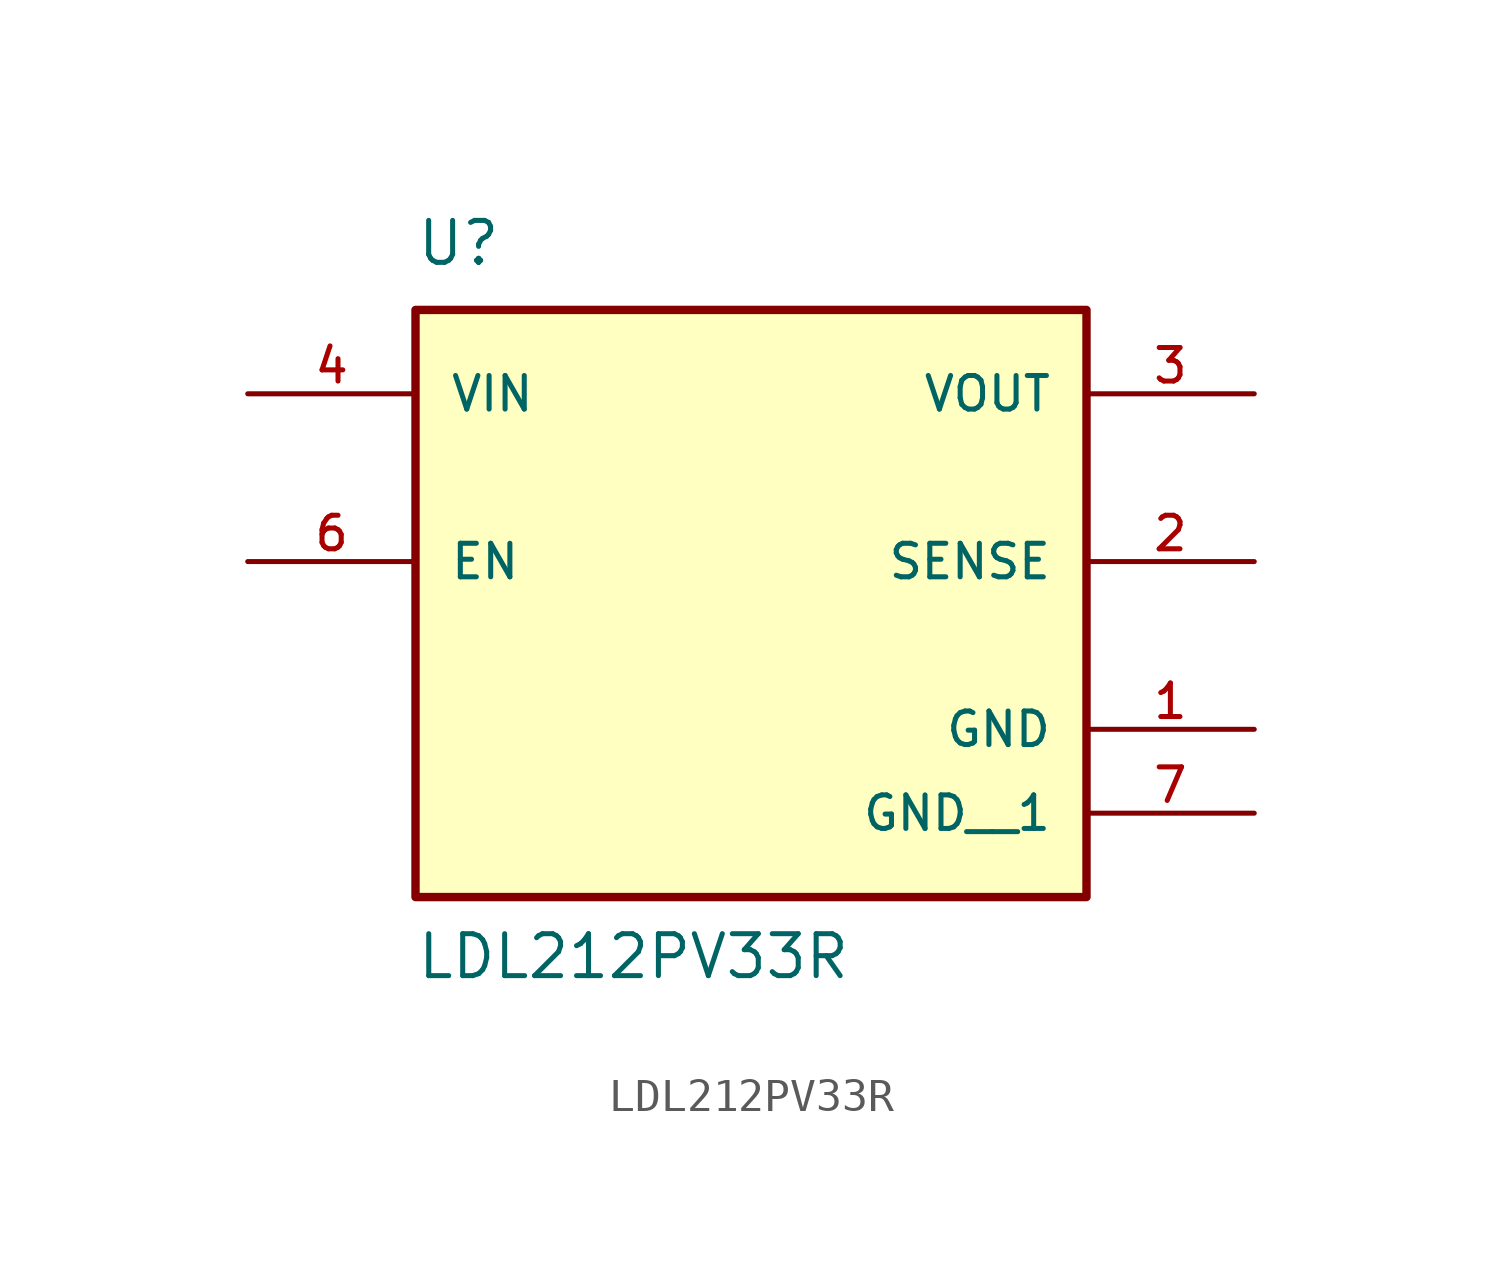
<source format=kicad_sym>
(kicad_symbol_lib
  (version 20211014)
  (generator kicad_symbol_editor)
  (symbol "LDL212PV33R"
    (pin_names
      (offset 1.016))
    (property "Reference" "U"
      (at -10.164 8.898 0)
      (effects (font (size 1.27 1.27)) (justify bottom left)))
    (property "Value" "LDL212PV33R"
      (at -10.161 -12.703 0)
      (effects (font (size 1.27 1.27)) (justify bottom left)))
    (symbol "LDL212PV33R_0_0"
      (rectangle (start -10.16 -10.16) (end 10.16 7.62) (stroke (width 0.254)) (fill (type background)))
      (pin input line (at -15.24 5.08 0) (length 5.08) (name "VIN" (effects (font (size 1.016 1.016)))) (number "4" (effects (font (size 1.016 1.016)))))
      (pin input line (at 15.24 0.0 180.0) (length 5.08) (name "SENSE" (effects (font (size 1.016 1.016)))) (number "2" (effects (font (size 1.016 1.016)))))
      (pin output line (at 15.24 5.08 180.0) (length 5.08) (name "VOUT" (effects (font (size 1.016 1.016)))) (number "3" (effects (font (size 1.016 1.016)))))
      (pin power_in line (at 15.24 -5.08 180.0) (length 5.08) (name "GND" (effects (font (size 1.016 1.016)))) (number "1" (effects (font (size 1.016 1.016)))))
      (pin input line (at -15.24 0.0 0) (length 5.08) (name "EN" (effects (font (size 1.016 1.016)))) (number "6" (effects (font (size 1.016 1.016)))))
      (pin power_in line (at 15.24 -7.62 180.0) (length 5.08) (name "GND__1" (effects (font (size 1.016 1.016)))) (number "7" (effects (font (size 1.016 1.016))))))))
</source>
